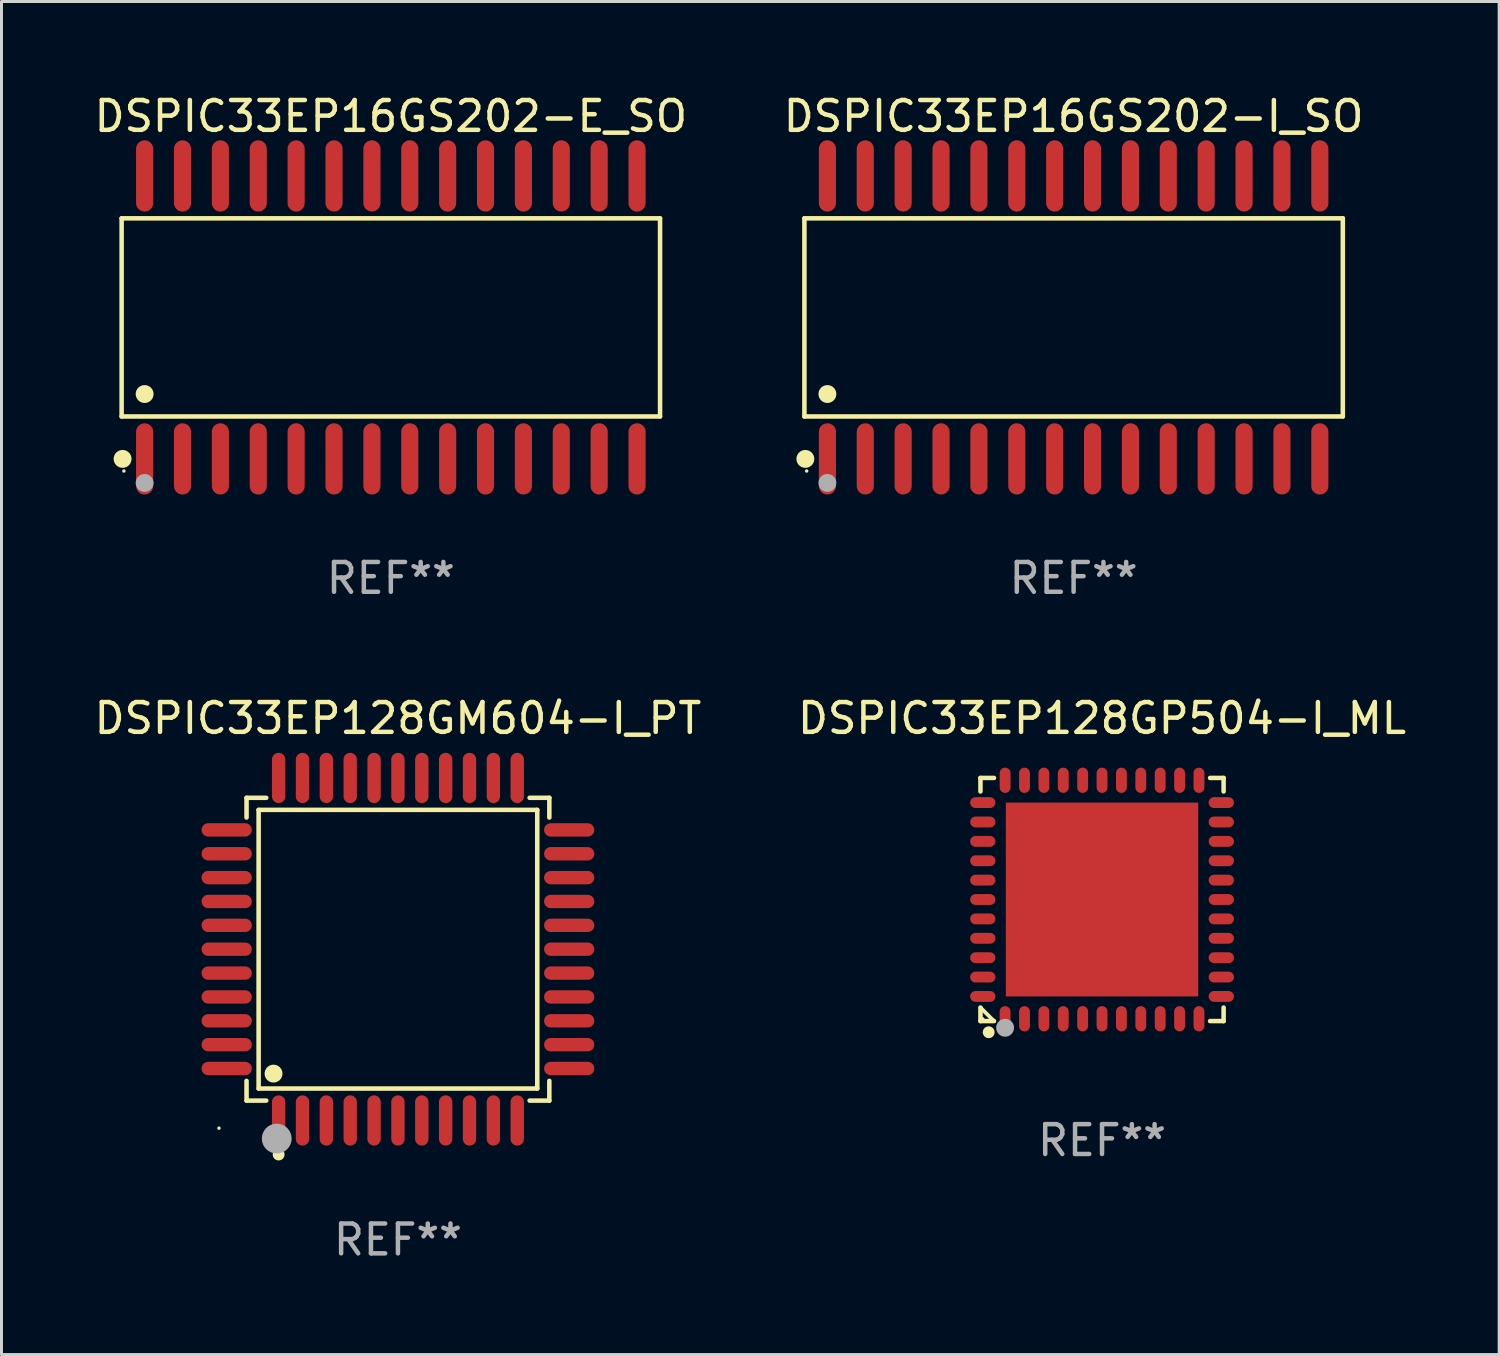
<source format=kicad_pcb>
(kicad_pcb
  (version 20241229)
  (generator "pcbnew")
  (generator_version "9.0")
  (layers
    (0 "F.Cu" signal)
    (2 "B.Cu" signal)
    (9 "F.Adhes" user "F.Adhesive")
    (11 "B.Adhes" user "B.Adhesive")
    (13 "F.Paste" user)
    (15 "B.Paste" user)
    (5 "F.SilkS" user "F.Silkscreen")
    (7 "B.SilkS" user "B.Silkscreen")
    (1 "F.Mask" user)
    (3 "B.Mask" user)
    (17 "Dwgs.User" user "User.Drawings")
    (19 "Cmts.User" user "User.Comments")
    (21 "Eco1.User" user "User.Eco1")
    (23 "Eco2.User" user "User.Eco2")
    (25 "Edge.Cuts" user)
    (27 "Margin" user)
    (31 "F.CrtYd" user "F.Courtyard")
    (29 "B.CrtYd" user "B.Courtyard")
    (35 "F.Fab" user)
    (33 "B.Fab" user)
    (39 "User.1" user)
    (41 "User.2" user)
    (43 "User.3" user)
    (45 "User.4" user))
  (footprint "DSPIC33EP16GS202-E_SO"
    (layer "F.Cu")
    (at 10.054 7.592)
    (property "Reference" "DSPIC33EP16GS202-E_SO" (at 0 -6.744 0) (layer "F.SilkS") (effects (font (size 1 1) (thickness 0.15))))
    (attr through_hole)
    (fp_line (start -9.026 -3.321) (end 9.026 -3.321) (stroke (width 0.152) (type solid)) (layer "F.SilkS"))
    (fp_line (start -9.026 3.321) (end -9.026 -3.321) (stroke (width 0.152) (type solid)) (layer "F.SilkS"))
    (fp_line (start 9.026 -3.321) (end 9.026 3.321) (stroke (width 0.152) (type solid)) (layer "F.SilkS"))
    (fp_line (start 9.026 3.321) (end -9.026 3.321) (stroke (width 0.152) (type solid)) (layer "F.SilkS"))
    (fp_circle (center -8.994 4.744) (end -8.844 4.744) (stroke (width 0.3) (type solid)) (fill no) (layer "F.SilkS"))
    (fp_circle (center -8.95 5.15) (end -8.92 5.15) (stroke (width 0.06) (type solid)) (fill no) (layer "F.SilkS"))
    (fp_circle (center -8.255 2.569) (end -8.105 2.569) (stroke (width 0.3) (type solid)) (fill no) (layer "F.SilkS"))
    (fp_circle (center -8.255 5.55) (end -8.105 5.55) (stroke (width 0.3) (type solid)) (fill no) (layer "F.Fab"))
    (fp_text user "REF**" (at 0 8.744 0) (layer "F.Fab") (effects (font (size 1 1) (thickness 0.15))))
    (pad "1" smd oval (at -8.255 4.744) (size 0.574 2.388) (layers "F.Cu" "F.Mask" "F.Paste"))
    (pad "2" smd oval (at -6.985 4.744) (size 0.574 2.388) (layers "F.Cu" "F.Mask" "F.Paste"))
    (pad "3" smd oval (at -5.715 4.744) (size 0.574 2.388) (layers "F.Cu" "F.Mask" "F.Paste"))
    (pad "4" smd oval (at -4.445 4.744) (size 0.574 2.388) (layers "F.Cu" "F.Mask" "F.Paste"))
    (pad "5" smd oval (at -3.175 4.744) (size 0.574 2.388) (layers "F.Cu" "F.Mask" "F.Paste"))
    (pad "6" smd oval (at -1.905 4.744) (size 0.574 2.388) (layers "F.Cu" "F.Mask" "F.Paste"))
    (pad "7" smd oval (at -0.635 4.744) (size 0.574 2.388) (layers "F.Cu" "F.Mask" "F.Paste"))
    (pad "8" smd oval (at 0.635 4.744) (size 0.574 2.388) (layers "F.Cu" "F.Mask" "F.Paste"))
    (pad "9" smd oval (at 1.905 4.744) (size 0.574 2.388) (layers "F.Cu" "F.Mask" "F.Paste"))
    (pad "10" smd oval (at 3.175 4.744) (size 0.574 2.388) (layers "F.Cu" "F.Mask" "F.Paste"))
    (pad "11" smd oval (at 4.445 4.744) (size 0.574 2.388) (layers "F.Cu" "F.Mask" "F.Paste"))
    (pad "12" smd oval (at 5.715 4.744) (size 0.574 2.388) (layers "F.Cu" "F.Mask" "F.Paste"))
    (pad "13" smd oval (at 6.985 4.744) (size 0.574 2.388) (layers "F.Cu" "F.Mask" "F.Paste"))
    (pad "14" smd oval (at 8.255 4.744) (size 0.574 2.388) (layers "F.Cu" "F.Mask" "F.Paste"))
    (pad "15" smd oval (at 8.255 -4.744) (size 0.574 2.388) (layers "F.Cu" "F.Mask" "F.Paste"))
    (pad "16" smd oval (at 6.985 -4.744) (size 0.574 2.388) (layers "F.Cu" "F.Mask" "F.Paste"))
    (pad "17" smd oval (at 5.715 -4.744) (size 0.574 2.388) (layers "F.Cu" "F.Mask" "F.Paste"))
    (pad "18" smd oval (at 4.445 -4.744) (size 0.574 2.388) (layers "F.Cu" "F.Mask" "F.Paste"))
    (pad "19" smd oval (at 3.175 -4.744) (size 0.574 2.388) (layers "F.Cu" "F.Mask" "F.Paste"))
    (pad "20" smd oval (at 1.905 -4.744) (size 0.574 2.388) (layers "F.Cu" "F.Mask" "F.Paste"))
    (pad "21" smd oval (at 0.635 -4.744) (size 0.574 2.388) (layers "F.Cu" "F.Mask" "F.Paste"))
    (pad "22" smd oval (at -0.635 -4.744) (size 0.574 2.388) (layers "F.Cu" "F.Mask" "F.Paste"))
    (pad "23" smd oval (at -1.905 -4.744) (size 0.574 2.388) (layers "F.Cu" "F.Mask" "F.Paste"))
    (pad "24" smd oval (at -3.175 -4.744) (size 0.574 2.388) (layers "F.Cu" "F.Mask" "F.Paste"))
    (pad "25" smd oval (at -4.445 -4.744) (size 0.574 2.388) (layers "F.Cu" "F.Mask" "F.Paste"))
    (pad "26" smd oval (at -5.715 -4.744) (size 0.574 2.388) (layers "F.Cu" "F.Mask" "F.Paste"))
    (pad "27" smd oval (at -6.985 -4.744) (size 0.574 2.388) (layers "F.Cu" "F.Mask" "F.Paste"))
    (pad "28" smd oval (at -8.255 -4.744) (size 0.574 2.388) (layers "F.Cu" "F.Mask" "F.Paste")))
  (footprint "DSPIC33EP128GM604-I_PT"
    (layer "F.Cu")
    (at 10.292 28.775)
    (property "Reference" "DSPIC33EP128GM604-I_PT" (at 0 -7.742 0) (layer "F.SilkS") (effects (font (size 1 1) (thickness 0.15))))
    (attr through_hole)
    (fp_line (start -5.076 -5.076) (end -4.415 -5.076) (stroke (width 0.152) (type solid)) (layer "F.SilkS"))
    (fp_line (start -5.076 -4.415) (end -5.076 -5.076) (stroke (width 0.152) (type solid)) (layer "F.SilkS"))
    (fp_line (start -5.076 4.415) (end -5.076 5.076) (stroke (width 0.152) (type solid)) (layer "F.SilkS"))
    (fp_line (start -5.076 5.076) (end -4.415 5.076) (stroke (width 0.152) (type solid)) (layer "F.SilkS"))
    (fp_line (start -4.671 -4.671) (end 4.671 -4.671) (stroke (width 0.152) (type solid)) (layer "F.SilkS"))
    (fp_line (start -4.671 4.671) (end -4.671 -4.671) (stroke (width 0.152) (type solid)) (layer "F.SilkS"))
    (fp_line (start 4.671 -4.671) (end 4.671 4.671) (stroke (width 0.152) (type solid)) (layer "F.SilkS"))
    (fp_line (start 4.671 4.671) (end -4.671 4.671) (stroke (width 0.152) (type solid)) (layer "F.SilkS"))
    (fp_line (start 5.076 -5.076) (end 4.415 -5.076) (stroke (width 0.152) (type solid)) (layer "F.SilkS"))
    (fp_line (start 5.076 -4.415) (end 5.076 -5.076) (stroke (width 0.152) (type solid)) (layer "F.SilkS"))
    (fp_line (start 5.076 4.415) (end 5.076 5.076) (stroke (width 0.152) (type solid)) (layer "F.SilkS"))
    (fp_line (start 5.076 5.076) (end 4.415 5.076) (stroke (width 0.152) (type solid)) (layer "F.SilkS"))
    (fp_circle (center -6 6) (end -5.97 6) (stroke (width 0.06) (type solid)) (fill no) (layer "F.SilkS"))
    (fp_circle (center -4.171 4.171) (end -4.021 4.171) (stroke (width 0.3) (type solid)) (fill no) (layer "F.SilkS"))
    (fp_circle (center -4 6.884) (end -3.9 6.884) (stroke (width 0.2) (type solid)) (fill no) (layer "F.SilkS"))
    (fp_circle (center -4.064 6.35) (end -3.814 6.35) (stroke (width 0.5) (type solid)) (fill no) (layer "F.Fab"))
    (fp_text user "REF**" (at 0 9.742 0) (layer "F.Fab") (effects (font (size 1 1) (thickness 0.15))))
    (pad "1" smd oval (at -4 5.742) (size 0.448 1.684) (layers "F.Cu" "F.Mask" "F.Paste"))
    (pad "2" smd oval (at -3.2 5.742) (size 0.448 1.684) (layers "F.Cu" "F.Mask" "F.Paste"))
    (pad "3" smd oval (at -2.4 5.742) (size 0.448 1.684) (layers "F.Cu" "F.Mask" "F.Paste"))
    (pad "4" smd oval (at -1.6 5.742) (size 0.448 1.684) (layers "F.Cu" "F.Mask" "F.Paste"))
    (pad "5" smd oval (at -0.8 5.742) (size 0.448 1.684) (layers "F.Cu" "F.Mask" "F.Paste"))
    (pad "6" smd oval (at 0 5.742) (size 0.448 1.684) (layers "F.Cu" "F.Mask" "F.Paste"))
    (pad "7" smd oval (at 0.8 5.742) (size 0.448 1.684) (layers "F.Cu" "F.Mask" "F.Paste"))
    (pad "8" smd oval (at 1.6 5.742) (size 0.448 1.684) (layers "F.Cu" "F.Mask" "F.Paste"))
    (pad "9" smd oval (at 2.4 5.742) (size 0.448 1.684) (layers "F.Cu" "F.Mask" "F.Paste"))
    (pad "10" smd oval (at 3.2 5.742) (size 0.448 1.684) (layers "F.Cu" "F.Mask" "F.Paste"))
    (pad "11" smd oval (at 4 5.742) (size 0.448 1.684) (layers "F.Cu" "F.Mask" "F.Paste"))
    (pad "12" smd oval (at 5.742 4) (size 1.684 0.448) (layers "F.Cu" "F.Mask" "F.Paste"))
    (pad "13" smd oval (at 5.742 3.2) (size 1.684 0.448) (layers "F.Cu" "F.Mask" "F.Paste"))
    (pad "14" smd oval (at 5.742 2.4) (size 1.684 0.448) (layers "F.Cu" "F.Mask" "F.Paste"))
    (pad "15" smd oval (at 5.742 1.6) (size 1.684 0.448) (layers "F.Cu" "F.Mask" "F.Paste"))
    (pad "16" smd oval (at 5.742 0.8) (size 1.684 0.448) (layers "F.Cu" "F.Mask" "F.Paste"))
    (pad "17" smd oval (at 5.742 0) (size 1.684 0.448) (layers "F.Cu" "F.Mask" "F.Paste"))
    (pad "18" smd oval (at 5.742 -0.8) (size 1.684 0.448) (layers "F.Cu" "F.Mask" "F.Paste"))
    (pad "19" smd oval (at 5.742 -1.6) (size 1.684 0.448) (layers "F.Cu" "F.Mask" "F.Paste"))
    (pad "20" smd oval (at 5.742 -2.4) (size 1.684 0.448) (layers "F.Cu" "F.Mask" "F.Paste"))
    (pad "21" smd oval (at 5.742 -3.2) (size 1.684 0.448) (layers "F.Cu" "F.Mask" "F.Paste"))
    (pad "22" smd oval (at 5.742 -4) (size 1.684 0.448) (layers "F.Cu" "F.Mask" "F.Paste"))
    (pad "23" smd oval (at 4 -5.742) (size 0.448 1.684) (layers "F.Cu" "F.Mask" "F.Paste"))
    (pad "24" smd oval (at 3.2 -5.742) (size 0.448 1.684) (layers "F.Cu" "F.Mask" "F.Paste"))
    (pad "25" smd oval (at 2.4 -5.742) (size 0.448 1.684) (layers "F.Cu" "F.Mask" "F.Paste"))
    (pad "26" smd oval (at 1.6 -5.742) (size 0.448 1.684) (layers "F.Cu" "F.Mask" "F.Paste"))
    (pad "27" smd oval (at 0.8 -5.742) (size 0.448 1.684) (layers "F.Cu" "F.Mask" "F.Paste"))
    (pad "28" smd oval (at 0 -5.742) (size 0.448 1.684) (layers "F.Cu" "F.Mask" "F.Paste"))
    (pad "29" smd oval (at -0.8 -5.742) (size 0.448 1.684) (layers "F.Cu" "F.Mask" "F.Paste"))
    (pad "30" smd oval (at -1.6 -5.742) (size 0.448 1.684) (layers "F.Cu" "F.Mask" "F.Paste"))
    (pad "31" smd oval (at -2.4 -5.742) (size 0.448 1.684) (layers "F.Cu" "F.Mask" "F.Paste"))
    (pad "32" smd oval (at -3.2 -5.742) (size 0.448 1.684) (layers "F.Cu" "F.Mask" "F.Paste"))
    (pad "33" smd oval (at -4 -5.742) (size 0.448 1.684) (layers "F.Cu" "F.Mask" "F.Paste"))
    (pad "34" smd oval (at -5.742 -4) (size 1.684 0.448) (layers "F.Cu" "F.Mask" "F.Paste"))
    (pad "35" smd oval (at -5.742 -3.2) (size 1.684 0.448) (layers "F.Cu" "F.Mask" "F.Paste"))
    (pad "36" smd oval (at -5.742 -2.4) (size 1.684 0.448) (layers "F.Cu" "F.Mask" "F.Paste"))
    (pad "37" smd oval (at -5.742 -1.6) (size 1.684 0.448) (layers "F.Cu" "F.Mask" "F.Paste"))
    (pad "38" smd oval (at -5.742 -0.8) (size 1.684 0.448) (layers "F.Cu" "F.Mask" "F.Paste"))
    (pad "39" smd oval (at -5.742 0) (size 1.684 0.448) (layers "F.Cu" "F.Mask" "F.Paste"))
    (pad "40" smd oval (at -5.742 0.8) (size 1.684 0.448) (layers "F.Cu" "F.Mask" "F.Paste"))
    (pad "41" smd oval (at -5.742 1.6) (size 1.684 0.448) (layers "F.Cu" "F.Mask" "F.Paste"))
    (pad "42" smd oval (at -5.742 2.4) (size 1.684 0.448) (layers "F.Cu" "F.Mask" "F.Paste"))
    (pad "43" smd oval (at -5.742 3.2) (size 1.684 0.448) (layers "F.Cu" "F.Mask" "F.Paste"))
    (pad "44" smd oval (at -5.742 4) (size 1.684 0.448) (layers "F.Cu" "F.Mask" "F.Paste")))
  (footprint "DSPIC33EP128GP504-I_ML"
    (layer "F.Cu")
    (at 33.899 27.109)
    (property "Reference" "DSPIC33EP128GP504-I_ML" (at 0 -6.076 0) (layer "F.SilkS") (effects (font (size 1 1) (thickness 0.15))))
    (attr through_hole)
    (fp_line (start -4.076 -4.076) (end -3.623 -4.076) (stroke (width 0.152) (type solid)) (layer "F.SilkS"))
    (fp_line (start -4.076 -3.623) (end -4.076 -4.076) (stroke (width 0.152) (type solid)) (layer "F.SilkS"))
    (fp_line (start -4.076 3.623) (end -4.076 4.076) (stroke (width 0.152) (type solid)) (layer "F.SilkS"))
    (fp_line (start -4.076 4.076) (end -3.623 4.076) (stroke (width 0.152) (type solid)) (layer "F.SilkS"))
    (fp_line (start -3.623 4.076) (end -4.076 3.623) (stroke (width 0.127) (type solid)) (layer "F.SilkS"))
    (fp_line (start 4.076 -4.076) (end 3.623 -4.076) (stroke (width 0.152) (type solid)) (layer "F.SilkS"))
    (fp_line (start 4.076 -3.623) (end 4.076 -4.076) (stroke (width 0.152) (type solid)) (layer "F.SilkS"))
    (fp_line (start 4.076 3.623) (end 4.076 4.076) (stroke (width 0.152) (type solid)) (layer "F.SilkS"))
    (fp_line (start 4.076 4.076) (end 3.623 4.076) (stroke (width 0.152) (type solid)) (layer "F.SilkS"))
    (fp_circle (center -4 4) (end -3.97 4) (stroke (width 0.06) (type solid)) (fill no) (layer "F.SilkS"))
    (fp_circle (center -3.8 4.45) (end -3.7 4.45) (stroke (width 0.2) (type solid)) (fill no) (layer "F.SilkS"))
    (fp_circle (center -3.25 4.3) (end -3.1 4.3) (stroke (width 0.3) (type solid)) (fill no) (layer "F.Fab"))
    (fp_text user "REF**" (at 0 8.076 0) (layer "F.Fab") (effects (font (size 1 1) (thickness 0.15))))
    (pad "1" smd oval (at -3.25 3.998) (size 0.364 0.847) (layers "F.Cu" "F.Mask" "F.Paste"))
    (pad "2" smd oval (at -2.6 3.998) (size 0.364 0.847) (layers "F.Cu" "F.Mask" "F.Paste"))
    (pad "3" smd oval (at -1.95 3.998) (size 0.364 0.847) (layers "F.Cu" "F.Mask" "F.Paste"))
    (pad "4" smd oval (at -1.3 3.998) (size 0.364 0.847) (layers "F.Cu" "F.Mask" "F.Paste"))
    (pad "5" smd oval (at -0.65 3.998) (size 0.364 0.847) (layers "F.Cu" "F.Mask" "F.Paste"))
    (pad "6" smd oval (at 0 3.998) (size 0.364 0.847) (layers "F.Cu" "F.Mask" "F.Paste"))
    (pad "7" smd oval (at 0.65 3.998) (size 0.364 0.847) (layers "F.Cu" "F.Mask" "F.Paste"))
    (pad "8" smd oval (at 1.3 3.998) (size 0.364 0.847) (layers "F.Cu" "F.Mask" "F.Paste"))
    (pad "9" smd oval (at 1.95 3.998) (size 0.364 0.847) (layers "F.Cu" "F.Mask" "F.Paste"))
    (pad "10" smd oval (at 2.6 3.998) (size 0.364 0.847) (layers "F.Cu" "F.Mask" "F.Paste"))
    (pad "11" smd oval (at 3.25 3.998) (size 0.364 0.847) (layers "F.Cu" "F.Mask" "F.Paste"))
    (pad "12" smd oval (at 3.998 3.25) (size 0.847 0.364) (layers "F.Cu" "F.Mask" "F.Paste"))
    (pad "13" smd oval (at 3.998 2.6) (size 0.847 0.364) (layers "F.Cu" "F.Mask" "F.Paste"))
    (pad "14" smd oval (at 3.998 1.95) (size 0.847 0.364) (layers "F.Cu" "F.Mask" "F.Paste"))
    (pad "15" smd oval (at 3.998 1.3) (size 0.847 0.364) (layers "F.Cu" "F.Mask" "F.Paste"))
    (pad "16" smd oval (at 3.998 0.65) (size 0.847 0.364) (layers "F.Cu" "F.Mask" "F.Paste"))
    (pad "17" smd oval (at 3.998 0) (size 0.847 0.364) (layers "F.Cu" "F.Mask" "F.Paste"))
    (pad "18" smd oval (at 3.998 -0.65) (size 0.847 0.364) (layers "F.Cu" "F.Mask" "F.Paste"))
    (pad "19" smd oval (at 3.998 -1.3) (size 0.847 0.364) (layers "F.Cu" "F.Mask" "F.Paste"))
    (pad "20" smd oval (at 3.998 -1.95) (size 0.847 0.364) (layers "F.Cu" "F.Mask" "F.Paste"))
    (pad "21" smd oval (at 3.998 -2.6) (size 0.847 0.364) (layers "F.Cu" "F.Mask" "F.Paste"))
    (pad "22" smd oval (at 3.998 -3.25) (size 0.847 0.364) (layers "F.Cu" "F.Mask" "F.Paste"))
    (pad "23" smd oval (at 3.25 -3.998) (size 0.364 0.847) (layers "F.Cu" "F.Mask" "F.Paste"))
    (pad "24" smd oval (at 2.6 -3.998) (size 0.364 0.847) (layers "F.Cu" "F.Mask" "F.Paste"))
    (pad "25" smd oval (at 1.95 -3.998) (size 0.364 0.847) (layers "F.Cu" "F.Mask" "F.Paste"))
    (pad "26" smd oval (at 1.3 -3.998) (size 0.364 0.847) (layers "F.Cu" "F.Mask" "F.Paste"))
    (pad "27" smd oval (at 0.65 -3.998) (size 0.364 0.847) (layers "F.Cu" "F.Mask" "F.Paste"))
    (pad "28" smd oval (at 0 -3.998) (size 0.364 0.847) (layers "F.Cu" "F.Mask" "F.Paste"))
    (pad "29" smd oval (at -0.65 -3.998) (size 0.364 0.847) (layers "F.Cu" "F.Mask" "F.Paste"))
    (pad "30" smd oval (at -1.3 -3.998) (size 0.364 0.847) (layers "F.Cu" "F.Mask" "F.Paste"))
    (pad "31" smd oval (at -1.95 -3.998) (size 0.364 0.847) (layers "F.Cu" "F.Mask" "F.Paste"))
    (pad "32" smd oval (at -2.6 -3.998) (size 0.364 0.847) (layers "F.Cu" "F.Mask" "F.Paste"))
    (pad "33" smd oval (at -3.25 -3.998) (size 0.364 0.847) (layers "F.Cu" "F.Mask" "F.Paste"))
    (pad "34" smd oval (at -3.998 -3.25) (size 0.847 0.364) (layers "F.Cu" "F.Mask" "F.Paste"))
    (pad "35" smd oval (at -3.998 -2.6) (size 0.847 0.364) (layers "F.Cu" "F.Mask" "F.Paste"))
    (pad "36" smd oval (at -3.998 -1.95) (size 0.847 0.364) (layers "F.Cu" "F.Mask" "F.Paste"))
    (pad "37" smd oval (at -3.998 -1.3) (size 0.847 0.364) (layers "F.Cu" "F.Mask" "F.Paste"))
    (pad "38" smd oval (at -3.998 -0.65) (size 0.847 0.364) (layers "F.Cu" "F.Mask" "F.Paste"))
    (pad "39" smd oval (at -3.998 0) (size 0.847 0.364) (layers "F.Cu" "F.Mask" "F.Paste"))
    (pad "40" smd oval (at -3.998 0.65) (size 0.847 0.364) (layers "F.Cu" "F.Mask" "F.Paste"))
    (pad "41" smd oval (at -3.998 1.3) (size 0.847 0.364) (layers "F.Cu" "F.Mask" "F.Paste"))
    (pad "42" smd oval (at -3.998 1.95) (size 0.847 0.364) (layers "F.Cu" "F.Mask" "F.Paste"))
    (pad "43" smd oval (at -3.998 2.6) (size 0.847 0.364) (layers "F.Cu" "F.Mask" "F.Paste"))
    (pad "44" smd oval (at -3.998 3.25) (size 0.847 0.364) (layers "F.Cu" "F.Mask" "F.Paste"))
    (pad "45" smd rect (at 0 0) (size 6.45 6.5) (layers "F.Cu" "F.Mask" "F.Paste")))
  (footprint "DSPIC33EP16GS202-I_SO"
    (layer "F.Cu")
    (at 32.946 7.592)
    (property "Reference" "DSPIC33EP16GS202-I_SO" (at 0 -6.744 0) (layer "F.SilkS") (effects (font (size 1 1) (thickness 0.15))))
    (attr through_hole)
    (fp_line (start -9.026 -3.321) (end 9.026 -3.321) (stroke (width 0.152) (type solid)) (layer "F.SilkS"))
    (fp_line (start -9.026 3.321) (end -9.026 -3.321) (stroke (width 0.152) (type solid)) (layer "F.SilkS"))
    (fp_line (start 9.026 -3.321) (end 9.026 3.321) (stroke (width 0.152) (type solid)) (layer "F.SilkS"))
    (fp_line (start 9.026 3.321) (end -9.026 3.321) (stroke (width 0.152) (type solid)) (layer "F.SilkS"))
    (fp_circle (center -8.994 4.744) (end -8.844 4.744) (stroke (width 0.3) (type solid)) (fill no) (layer "F.SilkS"))
    (fp_circle (center -8.95 5.15) (end -8.92 5.15) (stroke (width 0.06) (type solid)) (fill no) (layer "F.SilkS"))
    (fp_circle (center -8.255 2.569) (end -8.105 2.569) (stroke (width 0.3) (type solid)) (fill no) (layer "F.SilkS"))
    (fp_circle (center -8.255 5.55) (end -8.105 5.55) (stroke (width 0.3) (type solid)) (fill no) (layer "F.Fab"))
    (fp_text user "REF**" (at 0 8.744 0) (layer "F.Fab") (effects (font (size 1 1) (thickness 0.15))))
    (pad "1" smd oval (at -8.255 4.744) (size 0.574 2.388) (layers "F.Cu" "F.Mask" "F.Paste"))
    (pad "2" smd oval (at -6.985 4.744) (size 0.574 2.388) (layers "F.Cu" "F.Mask" "F.Paste"))
    (pad "3" smd oval (at -5.715 4.744) (size 0.574 2.388) (layers "F.Cu" "F.Mask" "F.Paste"))
    (pad "4" smd oval (at -4.445 4.744) (size 0.574 2.388) (layers "F.Cu" "F.Mask" "F.Paste"))
    (pad "5" smd oval (at -3.175 4.744) (size 0.574 2.388) (layers "F.Cu" "F.Mask" "F.Paste"))
    (pad "6" smd oval (at -1.905 4.744) (size 0.574 2.388) (layers "F.Cu" "F.Mask" "F.Paste"))
    (pad "7" smd oval (at -0.635 4.744) (size 0.574 2.388) (layers "F.Cu" "F.Mask" "F.Paste"))
    (pad "8" smd oval (at 0.635 4.744) (size 0.574 2.388) (layers "F.Cu" "F.Mask" "F.Paste"))
    (pad "9" smd oval (at 1.905 4.744) (size 0.574 2.388) (layers "F.Cu" "F.Mask" "F.Paste"))
    (pad "10" smd oval (at 3.175 4.744) (size 0.574 2.388) (layers "F.Cu" "F.Mask" "F.Paste"))
    (pad "11" smd oval (at 4.445 4.744) (size 0.574 2.388) (layers "F.Cu" "F.Mask" "F.Paste"))
    (pad "12" smd oval (at 5.715 4.744) (size 0.574 2.388) (layers "F.Cu" "F.Mask" "F.Paste"))
    (pad "13" smd oval (at 6.985 4.744) (size 0.574 2.388) (layers "F.Cu" "F.Mask" "F.Paste"))
    (pad "14" smd oval (at 8.255 4.744) (size 0.574 2.388) (layers "F.Cu" "F.Mask" "F.Paste"))
    (pad "15" smd oval (at 8.255 -4.744) (size 0.574 2.388) (layers "F.Cu" "F.Mask" "F.Paste"))
    (pad "16" smd oval (at 6.985 -4.744) (size 0.574 2.388) (layers "F.Cu" "F.Mask" "F.Paste"))
    (pad "17" smd oval (at 5.715 -4.744) (size 0.574 2.388) (layers "F.Cu" "F.Mask" "F.Paste"))
    (pad "18" smd oval (at 4.445 -4.744) (size 0.574 2.388) (layers "F.Cu" "F.Mask" "F.Paste"))
    (pad "19" smd oval (at 3.175 -4.744) (size 0.574 2.388) (layers "F.Cu" "F.Mask" "F.Paste"))
    (pad "20" smd oval (at 1.905 -4.744) (size 0.574 2.388) (layers "F.Cu" "F.Mask" "F.Paste"))
    (pad "21" smd oval (at 0.635 -4.744) (size 0.574 2.388) (layers "F.Cu" "F.Mask" "F.Paste"))
    (pad "22" smd oval (at -0.635 -4.744) (size 0.574 2.388) (layers "F.Cu" "F.Mask" "F.Paste"))
    (pad "23" smd oval (at -1.905 -4.744) (size 0.574 2.388) (layers "F.Cu" "F.Mask" "F.Paste"))
    (pad "24" smd oval (at -3.175 -4.744) (size 0.574 2.388) (layers "F.Cu" "F.Mask" "F.Paste"))
    (pad "25" smd oval (at -4.445 -4.744) (size 0.574 2.388) (layers "F.Cu" "F.Mask" "F.Paste"))
    (pad "26" smd oval (at -5.715 -4.744) (size 0.574 2.388) (layers "F.Cu" "F.Mask" "F.Paste"))
    (pad "27" smd oval (at -6.985 -4.744) (size 0.574 2.388) (layers "F.Cu" "F.Mask" "F.Paste"))
    (pad "28" smd oval (at -8.255 -4.744) (size 0.574 2.388) (layers "F.Cu" "F.Mask" "F.Paste")))
  (gr_rect
    (start -3 -3)
    (end 47.214 42.365)
    (stroke (width 0.1) (type default))
    (fill no)
    (layer "Edge.Cuts")))
</source>
